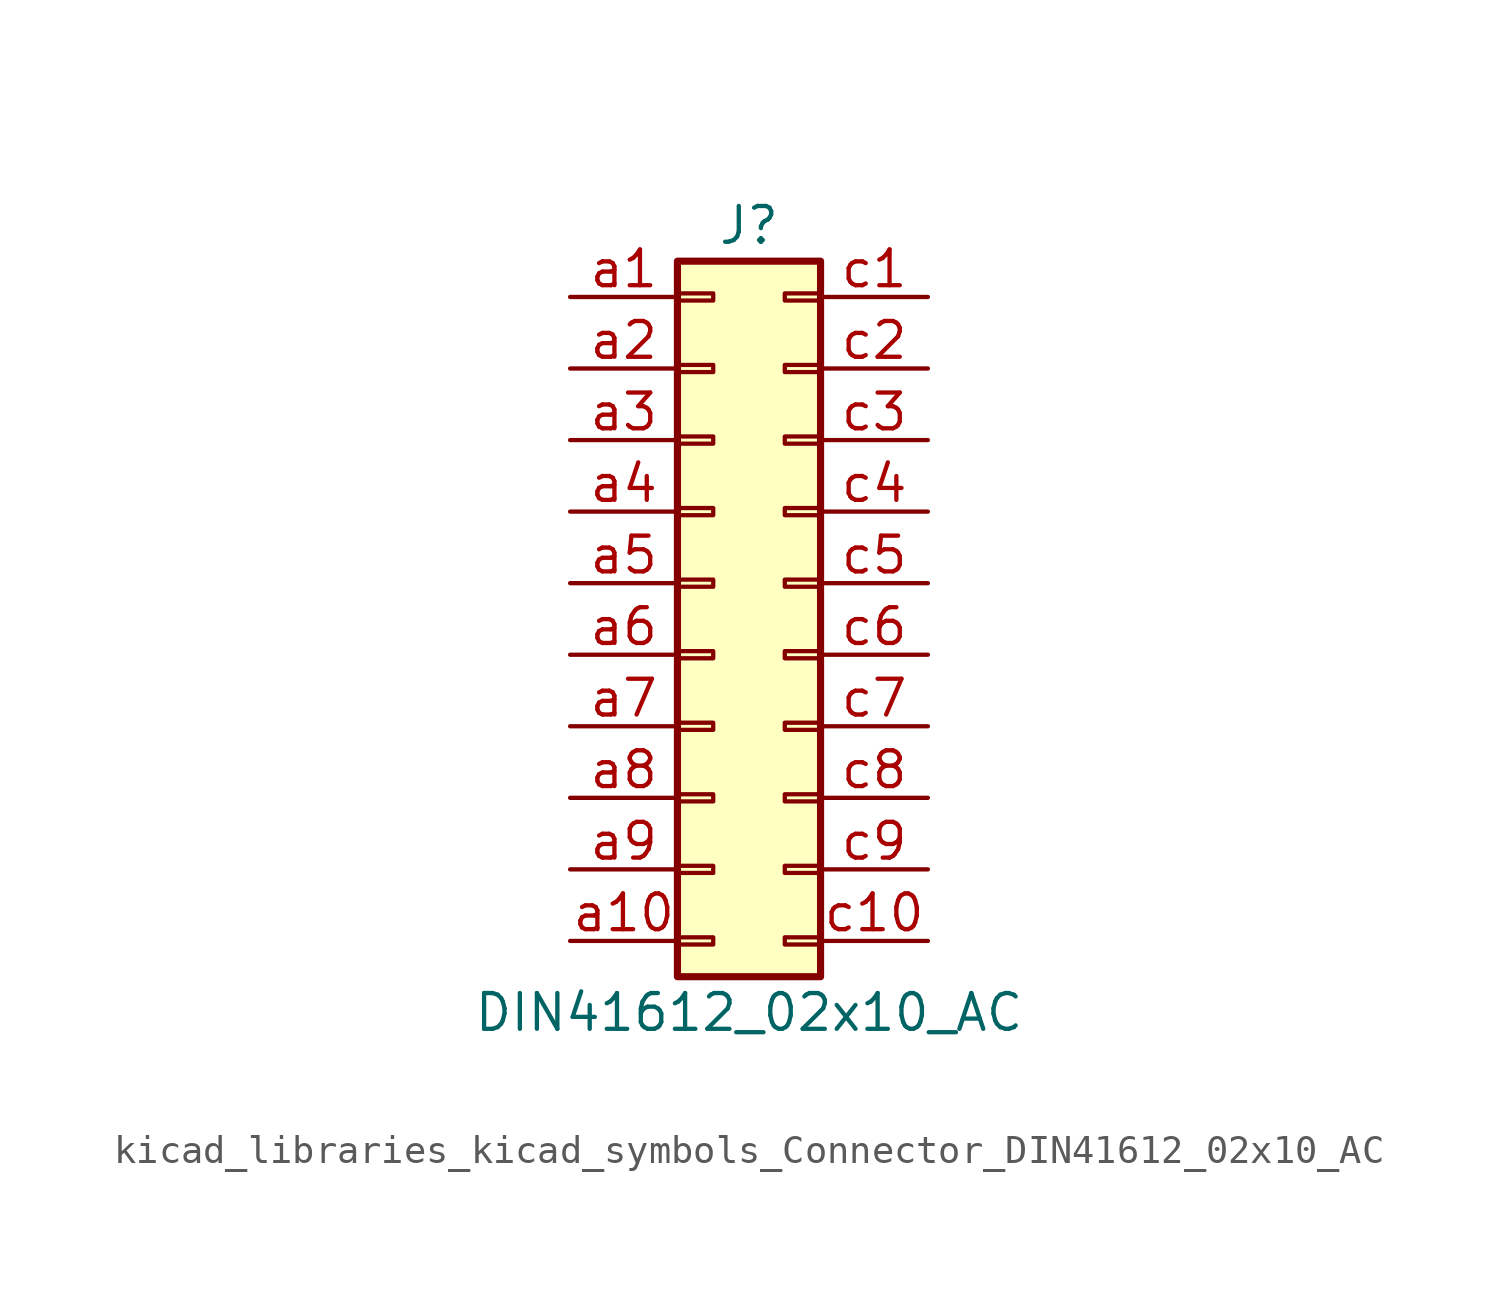
<source format=kicad_sym>
(kicad_symbol_lib
  (version 20220914)
  (generator kicad_symbol_editor)
  (symbol "kicad_libraries_kicad_symbols_Connector_DIN41612_02x10_AC"
    (pin_names
      (offset 1.016) hide)
    (property "Reference" "J"
      (at 1.27 12.7 0)
      (effects (font (size 1.27 1.27))))
    (property "Value" "DIN41612_02x10_AC"
      (at 1.27 -15.24 0)
      (effects (font (size 1.27 1.27))))
    (symbol "kicad_libraries_kicad_symbols_Connector_DIN41612_02x10_AC_1_1"
      (rectangle (start -1.27 -12.573) (end 0 -12.827) (stroke (width 0.152) (type default)) (fill (type none)))
      (rectangle (start -1.27 -10.033) (end 0 -10.287) (stroke (width 0.152) (type default)) (fill (type none)))
      (rectangle (start -1.27 -7.493) (end 0 -7.747) (stroke (width 0.152) (type default)) (fill (type none)))
      (rectangle (start -1.27 -4.953) (end 0 -5.207) (stroke (width 0.152) (type default)) (fill (type none)))
      (rectangle (start -1.27 -2.413) (end 0 -2.667) (stroke (width 0.152) (type default)) (fill (type none)))
      (rectangle (start -1.27 0.127) (end 0 -0.127) (stroke (width 0.152) (type default)) (fill (type none)))
      (rectangle (start -1.27 2.667) (end 0 2.413) (stroke (width 0.152) (type default)) (fill (type none)))
      (rectangle (start -1.27 5.207) (end 0 4.953) (stroke (width 0.152) (type default)) (fill (type none)))
      (rectangle (start -1.27 7.747) (end 0 7.493) (stroke (width 0.152) (type default)) (fill (type none)))
      (rectangle (start -1.27 10.287) (end 0 10.033) (stroke (width 0.152) (type default)) (fill (type none)))
      (rectangle (start -1.27 11.43) (end 3.81 -13.97) (stroke (width 0.254) (type default)) (fill (type background)))
      (rectangle (start 3.81 -12.573) (end 2.54 -12.827) (stroke (width 0.152) (type default)) (fill (type none)))
      (rectangle (start 3.81 -10.033) (end 2.54 -10.287) (stroke (width 0.152) (type default)) (fill (type none)))
      (rectangle (start 3.81 -7.493) (end 2.54 -7.747) (stroke (width 0.152) (type default)) (fill (type none)))
      (rectangle (start 3.81 -4.953) (end 2.54 -5.207) (stroke (width 0.152) (type default)) (fill (type none)))
      (rectangle (start 3.81 -2.413) (end 2.54 -2.667) (stroke (width 0.152) (type default)) (fill (type none)))
      (rectangle (start 3.81 0.127) (end 2.54 -0.127) (stroke (width 0.152) (type default)) (fill (type none)))
      (rectangle (start 3.81 2.667) (end 2.54 2.413) (stroke (width 0.152) (type default)) (fill (type none)))
      (rectangle (start 3.81 5.207) (end 2.54 4.953) (stroke (width 0.152) (type default)) (fill (type none)))
      (rectangle (start 3.81 7.747) (end 2.54 7.493) (stroke (width 0.152) (type default)) (fill (type none)))
      (rectangle (start 3.81 10.287) (end 2.54 10.033) (stroke (width 0.152) (type default)) (fill (type none)))
      (pin passive line (at -5.08 10.16 0) (length 3.81) (name "Pin_a1" (effects (font (size 1.27 1.27)))) (number "a1" (effects (font (size 1.27 1.27)))))
      (pin passive line (at -5.08 -12.7 0) (length 3.81) (name "Pin_a10" (effects (font (size 1.27 1.27)))) (number "a10" (effects (font (size 1.27 1.27)))))
      (pin passive line (at -5.08 7.62 0) (length 3.81) (name "Pin_a2" (effects (font (size 1.27 1.27)))) (number "a2" (effects (font (size 1.27 1.27)))))
      (pin passive line (at -5.08 5.08 0) (length 3.81) (name "Pin_a3" (effects (font (size 1.27 1.27)))) (number "a3" (effects (font (size 1.27 1.27)))))
      (pin passive line (at -5.08 2.54 0) (length 3.81) (name "Pin_a4" (effects (font (size 1.27 1.27)))) (number "a4" (effects (font (size 1.27 1.27)))))
      (pin passive line (at -5.08 0 0) (length 3.81) (name "Pin_a5" (effects (font (size 1.27 1.27)))) (number "a5" (effects (font (size 1.27 1.27)))))
      (pin passive line (at -5.08 -2.54 0) (length 3.81) (name "Pin_a6" (effects (font (size 1.27 1.27)))) (number "a6" (effects (font (size 1.27 1.27)))))
      (pin passive line (at -5.08 -5.08 0) (length 3.81) (name "Pin_a7" (effects (font (size 1.27 1.27)))) (number "a7" (effects (font (size 1.27 1.27)))))
      (pin passive line (at -5.08 -7.62 0) (length 3.81) (name "Pin_a8" (effects (font (size 1.27 1.27)))) (number "a8" (effects (font (size 1.27 1.27)))))
      (pin passive line (at -5.08 -10.16 0) (length 3.81) (name "Pin_a9" (effects (font (size 1.27 1.27)))) (number "a9" (effects (font (size 1.27 1.27)))))
      (pin passive line (at 7.62 10.16 180) (length 3.81) (name "Pin_c1" (effects (font (size 1.27 1.27)))) (number "c1" (effects (font (size 1.27 1.27)))))
      (pin passive line (at 7.62 -12.7 180) (length 3.81) (name "Pin_c10" (effects (font (size 1.27 1.27)))) (number "c10" (effects (font (size 1.27 1.27)))))
      (pin passive line (at 7.62 7.62 180) (length 3.81) (name "Pin_c2" (effects (font (size 1.27 1.27)))) (number "c2" (effects (font (size 1.27 1.27)))))
      (pin passive line (at 7.62 5.08 180) (length 3.81) (name "Pin_c3" (effects (font (size 1.27 1.27)))) (number "c3" (effects (font (size 1.27 1.27)))))
      (pin passive line (at 7.62 2.54 180) (length 3.81) (name "Pin_c4" (effects (font (size 1.27 1.27)))) (number "c4" (effects (font (size 1.27 1.27)))))
      (pin passive line (at 7.62 0 180) (length 3.81) (name "Pin_c5" (effects (font (size 1.27 1.27)))) (number "c5" (effects (font (size 1.27 1.27)))))
      (pin passive line (at 7.62 -2.54 180) (length 3.81) (name "Pin_c6" (effects (font (size 1.27 1.27)))) (number "c6" (effects (font (size 1.27 1.27)))))
      (pin passive line (at 7.62 -5.08 180) (length 3.81) (name "Pin_c7" (effects (font (size 1.27 1.27)))) (number "c7" (effects (font (size 1.27 1.27)))))
      (pin passive line (at 7.62 -7.62 180) (length 3.81) (name "Pin_c8" (effects (font (size 1.27 1.27)))) (number "c8" (effects (font (size 1.27 1.27)))))
      (pin passive line (at 7.62 -10.16 180) (length 3.81) (name "Pin_c9" (effects (font (size 1.27 1.27)))) (number "c9" (effects (font (size 1.27 1.27))))))))
</source>
